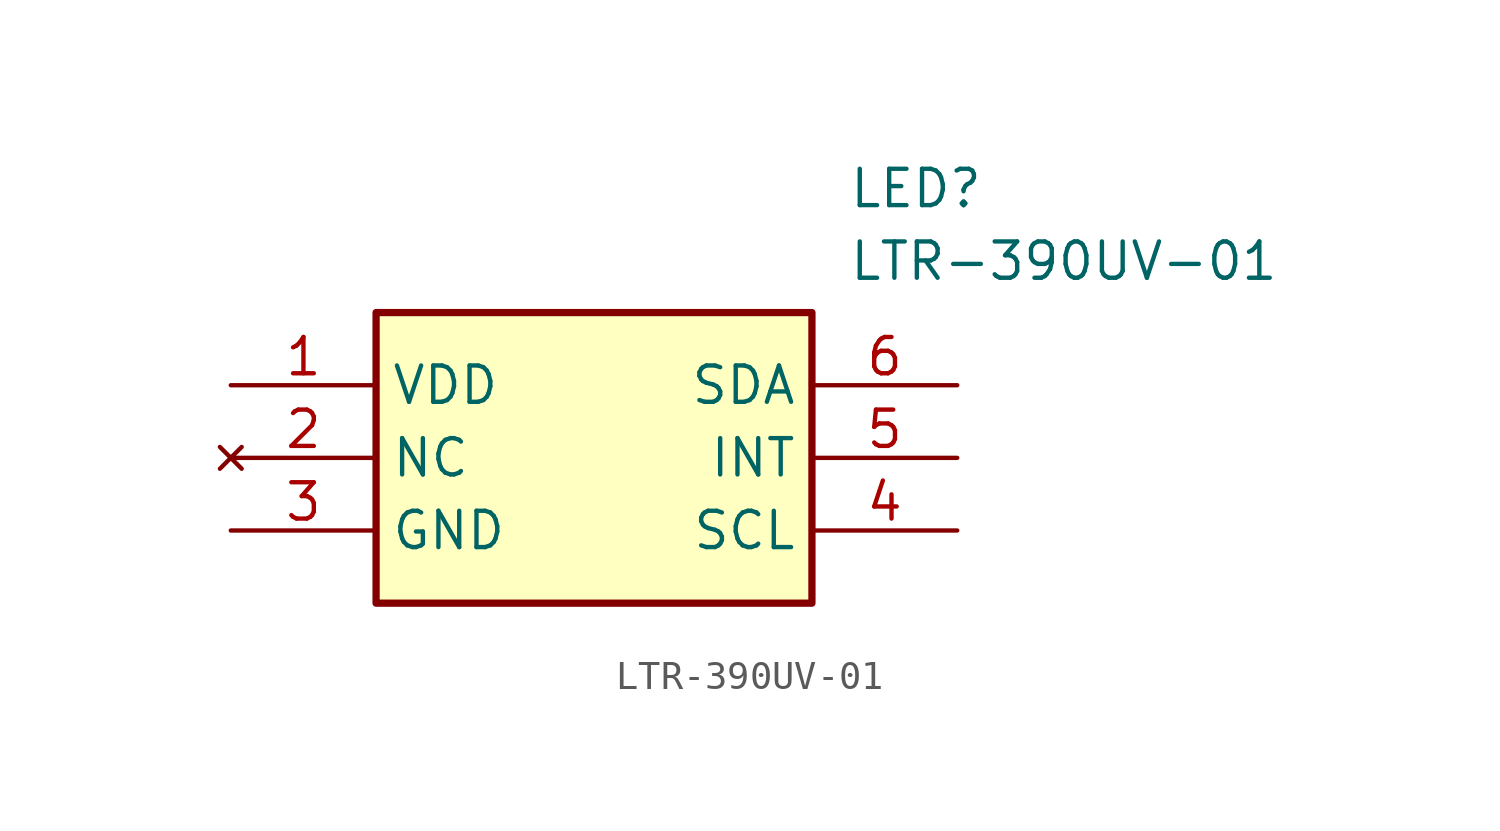
<source format=kicad_sym>
(kicad_symbol_lib
  (version 20211014)
  (generator SamacSys_ECAD_Model)
  (symbol "LTR-390UV-01"
    (property "Reference" "LED"
      (at 21.59 7.62 0)
      (effects (font (size 1.27 1.27)) (justify left top)))
    (property "Value" "LTR-390UV-01"
      (at 21.59 5.08 0)
      (effects (font (size 1.27 1.27)) (justify left top)))
    (rectangle
      (start 5.08 2.54)
      (end 20.32 -7.62)
      (stroke (width 0.254) (type default))
      (fill (type background)))
    (pin passive line
      (at 0 0 0)
      (length 5.08)
      (name "VDD" (effects (font (size 1.27 1.27))))
      (number "1" (effects (font (size 1.27 1.27)))))
    (pin no_connect line
      (at 0 -2.54 0)
      (length 5.08)
      (name "NC" (effects (font (size 1.27 1.27))))
      (number "2" (effects (font (size 1.27 1.27)))))
    (pin passive line
      (at 0 -5.08 0)
      (length 5.08)
      (name "GND" (effects (font (size 1.27 1.27))))
      (number "3" (effects (font (size 1.27 1.27)))))
    (pin passive line
      (at 25.4 -5.08 180)
      (length 5.08)
      (name "SCL" (effects (font (size 1.27 1.27))))
      (number "4" (effects (font (size 1.27 1.27)))))
    (pin passive line
      (at 25.4 -2.54 180)
      (length 5.08)
      (name "INT" (effects (font (size 1.27 1.27))))
      (number "5" (effects (font (size 1.27 1.27)))))
    (pin passive line
      (at 25.4 0 180)
      (length 5.08)
      (name "SDA" (effects (font (size 1.27 1.27))))
      (number "6" (effects (font (size 1.27 1.27)))))))
</source>
